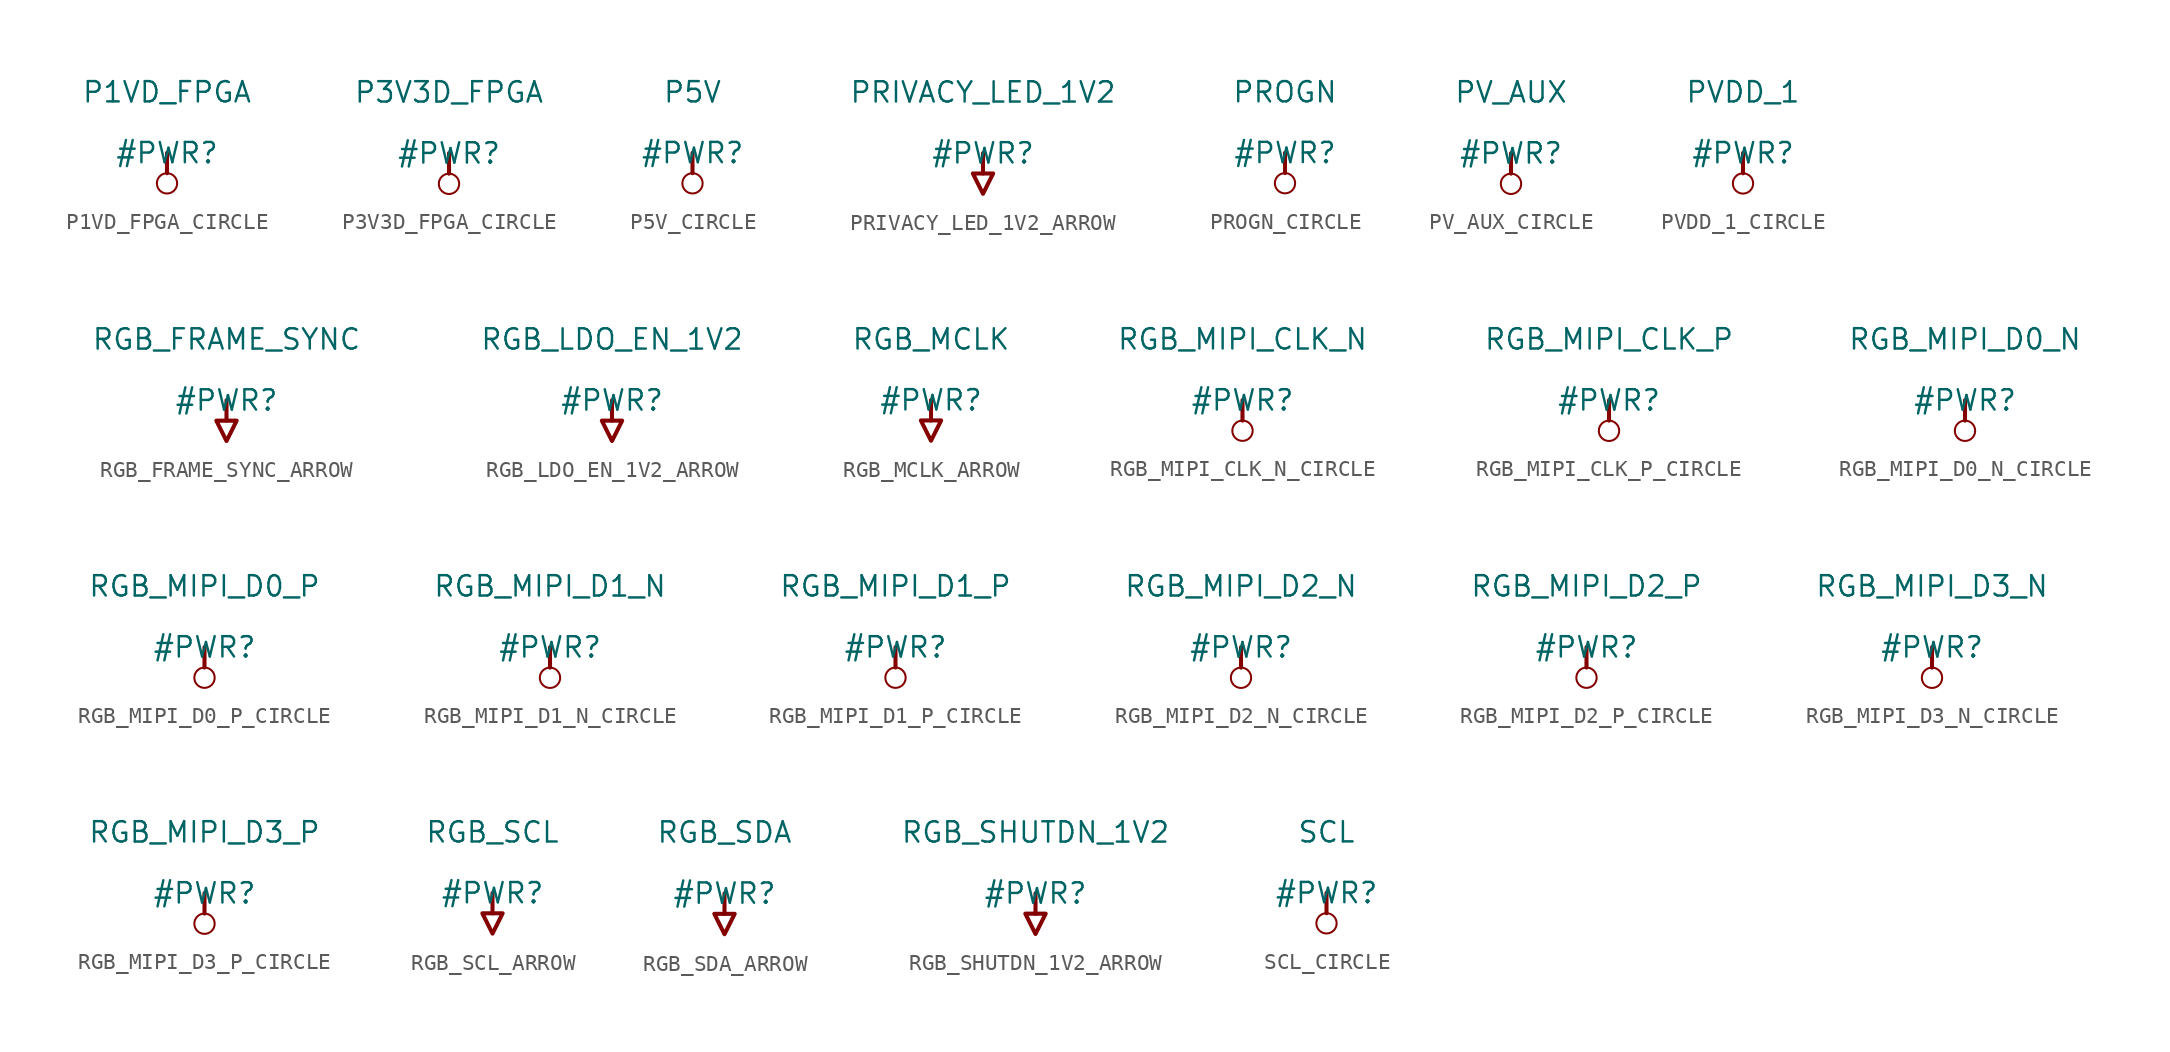
<source format=kicad_sym>
(kicad_symbol_lib
  (version 20231120)
  (generator "kicad_symbol_editor")
  (generator_version "8.0")
  (symbol "P1VD_FPGA_CIRCLE"
    (power)
    (property "Reference" "#PWR"
      (at 0 0 0)
      (effects (font (size 1.27 1.27))))
    (property "Value" "P1VD_FPGA"
      (at 0 3.81 0)
      (effects (font (size 1.27 1.27))))
    (symbol "P1VD_FPGA_CIRCLE_0_0"
      (circle (center 0 -1.905) (radius 0.635) (stroke (width 0.127) (type solid)) (fill (type none)))
      (polyline (pts (xy 0 0) (xy 0 -1.27)) (stroke (width 0.254) (type solid)) (fill (type none)))
      (pin power_in line (at 0 0 0) (length 0) hide (name "P1VD_FPGA" (effects (font (size 1.27 1.27)))) (number "" (effects (font (size 1.27 1.27)))))))
  (symbol "P3V3D_FPGA_CIRCLE"
    (power)
    (property "Reference" "#PWR"
      (at 0 0 0)
      (effects (font (size 1.27 1.27))))
    (property "Value" "P3V3D_FPGA"
      (at 0 3.81 0)
      (effects (font (size 1.27 1.27))))
    (symbol "P3V3D_FPGA_CIRCLE_0_0"
      (circle (center 0 -1.905) (radius 0.635) (stroke (width 0.127) (type solid)) (fill (type none)))
      (polyline (pts (xy 0 0) (xy 0 -1.27)) (stroke (width 0.254) (type solid)) (fill (type none)))
      (pin power_in line (at 0 0 0) (length 0) hide (name "P3V3D_FPGA" (effects (font (size 1.27 1.27)))) (number "" (effects (font (size 1.27 1.27)))))))
  (symbol "P5V_CIRCLE"
    (power)
    (property "Reference" "#PWR"
      (at 0 0 0)
      (effects (font (size 1.27 1.27))))
    (property "Value" "P5V"
      (at 0 3.81 0)
      (effects (font (size 1.27 1.27))))
    (symbol "P5V_CIRCLE_0_0"
      (circle (center 0 -1.905) (radius 0.635) (stroke (width 0.127) (type solid)) (fill (type none)))
      (polyline (pts (xy 0 0) (xy 0 -1.27)) (stroke (width 0.254) (type solid)) (fill (type none)))
      (pin power_in line (at 0 0 0) (length 0) hide (name "P5V" (effects (font (size 1.27 1.27)))) (number "" (effects (font (size 1.27 1.27)))))))
  (symbol "PRIVACY_LED_1V2_ARROW"
    (power)
    (property "Reference" "#PWR"
      (at 0 0 0)
      (effects (font (size 1.27 1.27))))
    (property "Value" "PRIVACY_LED_1V2"
      (at 0 3.81 0)
      (effects (font (size 1.27 1.27))))
    (symbol "PRIVACY_LED_1V2_ARROW_0_0"
      (polyline (pts (xy 0 0) (xy 0 -1.27)) (stroke (width 0.254) (type solid)) (fill (type none)))
      (polyline (pts (xy -0.635 -1.27) (xy 0.635 -1.27) (xy 0 -2.54) (xy -0.635 -1.27)) (stroke (width 0.254) (type solid)) (fill (type none)))
      (pin power_in line (at 0 0 0) (length 0) hide (name "PRIVACY_LED_1V2" (effects (font (size 1.27 1.27)))) (number "" (effects (font (size 1.27 1.27)))))))
  (symbol "PROGN_CIRCLE"
    (power)
    (property "Reference" "#PWR"
      (at 0 0 0)
      (effects (font (size 1.27 1.27))))
    (property "Value" "PROGN"
      (at 0 3.81 0)
      (effects (font (size 1.27 1.27))))
    (symbol "PROGN_CIRCLE_0_0"
      (circle (center 0 -1.905) (radius 0.635) (stroke (width 0.127) (type solid)) (fill (type none)))
      (polyline (pts (xy 0 0) (xy 0 -1.27)) (stroke (width 0.254) (type solid)) (fill (type none)))
      (pin power_in line (at 0 0 0) (length 0) hide (name "PROGN" (effects (font (size 1.27 1.27)))) (number "" (effects (font (size 1.27 1.27)))))))
  (symbol "PV_AUX_CIRCLE"
    (power)
    (property "Reference" "#PWR"
      (at 0 0 0)
      (effects (font (size 1.27 1.27))))
    (property "Value" "PV_AUX"
      (at 0 3.81 0)
      (effects (font (size 1.27 1.27))))
    (symbol "PV_AUX_CIRCLE_0_0"
      (circle (center 0 -1.905) (radius 0.635) (stroke (width 0.127) (type solid)) (fill (type none)))
      (polyline (pts (xy 0 0) (xy 0 -1.27)) (stroke (width 0.254) (type solid)) (fill (type none)))
      (pin power_in line (at 0 0 0) (length 0) hide (name "PV_AUX" (effects (font (size 1.27 1.27)))) (number "" (effects (font (size 1.27 1.27)))))))
  (symbol "PVDD_1_CIRCLE"
    (power)
    (property "Reference" "#PWR"
      (at 0 0 0)
      (effects (font (size 1.27 1.27))))
    (property "Value" "PVDD_1"
      (at 0 3.81 0)
      (effects (font (size 1.27 1.27))))
    (symbol "PVDD_1_CIRCLE_0_0"
      (circle (center 0 -1.905) (radius 0.635) (stroke (width 0.127) (type solid)) (fill (type none)))
      (polyline (pts (xy 0 0) (xy 0 -1.27)) (stroke (width 0.254) (type solid)) (fill (type none)))
      (pin power_in line (at 0 0 0) (length 0) hide (name "PVDD_1" (effects (font (size 1.27 1.27)))) (number "" (effects (font (size 1.27 1.27)))))))
  (symbol "RGB_FRAME_SYNC_ARROW"
    (power)
    (property "Reference" "#PWR"
      (at 0 0 0)
      (effects (font (size 1.27 1.27))))
    (property "Value" "RGB_FRAME_SYNC"
      (at 0 3.81 0)
      (effects (font (size 1.27 1.27))))
    (symbol "RGB_FRAME_SYNC_ARROW_0_0"
      (polyline (pts (xy 0 0) (xy 0 -1.27)) (stroke (width 0.254) (type solid)) (fill (type none)))
      (polyline (pts (xy -0.635 -1.27) (xy 0.635 -1.27) (xy 0 -2.54) (xy -0.635 -1.27)) (stroke (width 0.254) (type solid)) (fill (type none)))
      (pin power_in line (at 0 0 0) (length 0) hide (name "RGB_FRAME_SYNC" (effects (font (size 1.27 1.27)))) (number "" (effects (font (size 1.27 1.27)))))))
  (symbol "RGB_LDO_EN_1V2_ARROW"
    (power)
    (property "Reference" "#PWR"
      (at 0 0 0)
      (effects (font (size 1.27 1.27))))
    (property "Value" "RGB_LDO_EN_1V2"
      (at 0 3.81 0)
      (effects (font (size 1.27 1.27))))
    (symbol "RGB_LDO_EN_1V2_ARROW_0_0"
      (polyline (pts (xy 0 0) (xy 0 -1.27)) (stroke (width 0.254) (type solid)) (fill (type none)))
      (polyline (pts (xy -0.635 -1.27) (xy 0.635 -1.27) (xy 0 -2.54) (xy -0.635 -1.27)) (stroke (width 0.254) (type solid)) (fill (type none)))
      (pin power_in line (at 0 0 0) (length 0) hide (name "RGB_LDO_EN_1V2" (effects (font (size 1.27 1.27)))) (number "" (effects (font (size 1.27 1.27)))))))
  (symbol "RGB_MCLK_ARROW"
    (power)
    (property "Reference" "#PWR"
      (at 0 0 0)
      (effects (font (size 1.27 1.27))))
    (property "Value" "RGB_MCLK"
      (at 0 3.81 0)
      (effects (font (size 1.27 1.27))))
    (symbol "RGB_MCLK_ARROW_0_0"
      (polyline (pts (xy 0 0) (xy 0 -1.27)) (stroke (width 0.254) (type solid)) (fill (type none)))
      (polyline (pts (xy -0.635 -1.27) (xy 0.635 -1.27) (xy 0 -2.54) (xy -0.635 -1.27)) (stroke (width 0.254) (type solid)) (fill (type none)))
      (pin power_in line (at 0 0 0) (length 0) hide (name "RGB_MCLK" (effects (font (size 1.27 1.27)))) (number "" (effects (font (size 1.27 1.27)))))))
  (symbol "RGB_MIPI_CLK_N_CIRCLE"
    (power)
    (property "Reference" "#PWR"
      (at 0 0 0)
      (effects (font (size 1.27 1.27))))
    (property "Value" "RGB_MIPI_CLK_N"
      (at 0 3.81 0)
      (effects (font (size 1.27 1.27))))
    (symbol "RGB_MIPI_CLK_N_CIRCLE_0_0"
      (circle (center 0 -1.905) (radius 0.635) (stroke (width 0.127) (type solid)) (fill (type none)))
      (polyline (pts (xy 0 0) (xy 0 -1.27)) (stroke (width 0.254) (type solid)) (fill (type none)))
      (pin power_in line (at 0 0 0) (length 0) hide (name "RGB_MIPI_CLK_N" (effects (font (size 1.27 1.27)))) (number "" (effects (font (size 1.27 1.27)))))))
  (symbol "RGB_MIPI_CLK_P_CIRCLE"
    (power)
    (property "Reference" "#PWR"
      (at 0 0 0)
      (effects (font (size 1.27 1.27))))
    (property "Value" "RGB_MIPI_CLK_P"
      (at 0 3.81 0)
      (effects (font (size 1.27 1.27))))
    (symbol "RGB_MIPI_CLK_P_CIRCLE_0_0"
      (circle (center 0 -1.905) (radius 0.635) (stroke (width 0.127) (type solid)) (fill (type none)))
      (polyline (pts (xy 0 0) (xy 0 -1.27)) (stroke (width 0.254) (type solid)) (fill (type none)))
      (pin power_in line (at 0 0 0) (length 0) hide (name "RGB_MIPI_CLK_P" (effects (font (size 1.27 1.27)))) (number "" (effects (font (size 1.27 1.27)))))))
  (symbol "RGB_MIPI_D0_N_CIRCLE"
    (power)
    (property "Reference" "#PWR"
      (at 0 0 0)
      (effects (font (size 1.27 1.27))))
    (property "Value" "RGB_MIPI_D0_N"
      (at 0 3.81 0)
      (effects (font (size 1.27 1.27))))
    (symbol "RGB_MIPI_D0_N_CIRCLE_0_0"
      (circle (center 0 -1.905) (radius 0.635) (stroke (width 0.127) (type solid)) (fill (type none)))
      (polyline (pts (xy 0 0) (xy 0 -1.27)) (stroke (width 0.254) (type solid)) (fill (type none)))
      (pin power_in line (at 0 0 0) (length 0) hide (name "RGB_MIPI_D0_N" (effects (font (size 1.27 1.27)))) (number "" (effects (font (size 1.27 1.27)))))))
  (symbol "RGB_MIPI_D0_P_CIRCLE"
    (power)
    (property "Reference" "#PWR"
      (at 0 0 0)
      (effects (font (size 1.27 1.27))))
    (property "Value" "RGB_MIPI_D0_P"
      (at 0 3.81 0)
      (effects (font (size 1.27 1.27))))
    (symbol "RGB_MIPI_D0_P_CIRCLE_0_0"
      (circle (center 0 -1.905) (radius 0.635) (stroke (width 0.127) (type solid)) (fill (type none)))
      (polyline (pts (xy 0 0) (xy 0 -1.27)) (stroke (width 0.254) (type solid)) (fill (type none)))
      (pin power_in line (at 0 0 0) (length 0) hide (name "RGB_MIPI_D0_P" (effects (font (size 1.27 1.27)))) (number "" (effects (font (size 1.27 1.27)))))))
  (symbol "RGB_MIPI_D1_N_CIRCLE"
    (power)
    (property "Reference" "#PWR"
      (at 0 0 0)
      (effects (font (size 1.27 1.27))))
    (property "Value" "RGB_MIPI_D1_N"
      (at 0 3.81 0)
      (effects (font (size 1.27 1.27))))
    (symbol "RGB_MIPI_D1_N_CIRCLE_0_0"
      (circle (center 0 -1.905) (radius 0.635) (stroke (width 0.127) (type solid)) (fill (type none)))
      (polyline (pts (xy 0 0) (xy 0 -1.27)) (stroke (width 0.254) (type solid)) (fill (type none)))
      (pin power_in line (at 0 0 0) (length 0) hide (name "RGB_MIPI_D1_N" (effects (font (size 1.27 1.27)))) (number "" (effects (font (size 1.27 1.27)))))))
  (symbol "RGB_MIPI_D1_P_CIRCLE"
    (power)
    (property "Reference" "#PWR"
      (at 0 0 0)
      (effects (font (size 1.27 1.27))))
    (property "Value" "RGB_MIPI_D1_P"
      (at 0 3.81 0)
      (effects (font (size 1.27 1.27))))
    (symbol "RGB_MIPI_D1_P_CIRCLE_0_0"
      (circle (center 0 -1.905) (radius 0.635) (stroke (width 0.127) (type solid)) (fill (type none)))
      (polyline (pts (xy 0 0) (xy 0 -1.27)) (stroke (width 0.254) (type solid)) (fill (type none)))
      (pin power_in line (at 0 0 0) (length 0) hide (name "RGB_MIPI_D1_P" (effects (font (size 1.27 1.27)))) (number "" (effects (font (size 1.27 1.27)))))))
  (symbol "RGB_MIPI_D2_N_CIRCLE"
    (power)
    (property "Reference" "#PWR"
      (at 0 0 0)
      (effects (font (size 1.27 1.27))))
    (property "Value" "RGB_MIPI_D2_N"
      (at 0 3.81 0)
      (effects (font (size 1.27 1.27))))
    (symbol "RGB_MIPI_D2_N_CIRCLE_0_0"
      (circle (center 0 -1.905) (radius 0.635) (stroke (width 0.127) (type solid)) (fill (type none)))
      (polyline (pts (xy 0 0) (xy 0 -1.27)) (stroke (width 0.254) (type solid)) (fill (type none)))
      (pin power_in line (at 0 0 0) (length 0) hide (name "RGB_MIPI_D2_N" (effects (font (size 1.27 1.27)))) (number "" (effects (font (size 1.27 1.27)))))))
  (symbol "RGB_MIPI_D2_P_CIRCLE"
    (power)
    (property "Reference" "#PWR"
      (at 0 0 0)
      (effects (font (size 1.27 1.27))))
    (property "Value" "RGB_MIPI_D2_P"
      (at 0 3.81 0)
      (effects (font (size 1.27 1.27))))
    (symbol "RGB_MIPI_D2_P_CIRCLE_0_0"
      (circle (center 0 -1.905) (radius 0.635) (stroke (width 0.127) (type solid)) (fill (type none)))
      (polyline (pts (xy 0 0) (xy 0 -1.27)) (stroke (width 0.254) (type solid)) (fill (type none)))
      (pin power_in line (at 0 0 0) (length 0) hide (name "RGB_MIPI_D2_P" (effects (font (size 1.27 1.27)))) (number "" (effects (font (size 1.27 1.27)))))))
  (symbol "RGB_MIPI_D3_N_CIRCLE"
    (power)
    (property "Reference" "#PWR"
      (at 0 0 0)
      (effects (font (size 1.27 1.27))))
    (property "Value" "RGB_MIPI_D3_N"
      (at 0 3.81 0)
      (effects (font (size 1.27 1.27))))
    (symbol "RGB_MIPI_D3_N_CIRCLE_0_0"
      (circle (center 0 -1.905) (radius 0.635) (stroke (width 0.127) (type solid)) (fill (type none)))
      (polyline (pts (xy 0 0) (xy 0 -1.27)) (stroke (width 0.254) (type solid)) (fill (type none)))
      (pin power_in line (at 0 0 0) (length 0) hide (name "RGB_MIPI_D3_N" (effects (font (size 1.27 1.27)))) (number "" (effects (font (size 1.27 1.27)))))))
  (symbol "RGB_MIPI_D3_P_CIRCLE"
    (power)
    (property "Reference" "#PWR"
      (at 0 0 0)
      (effects (font (size 1.27 1.27))))
    (property "Value" "RGB_MIPI_D3_P"
      (at 0 3.81 0)
      (effects (font (size 1.27 1.27))))
    (symbol "RGB_MIPI_D3_P_CIRCLE_0_0"
      (circle (center 0 -1.905) (radius 0.635) (stroke (width 0.127) (type solid)) (fill (type none)))
      (polyline (pts (xy 0 0) (xy 0 -1.27)) (stroke (width 0.254) (type solid)) (fill (type none)))
      (pin power_in line (at 0 0 0) (length 0) hide (name "RGB_MIPI_D3_P" (effects (font (size 1.27 1.27)))) (number "" (effects (font (size 1.27 1.27)))))))
  (symbol "RGB_SCL_ARROW"
    (power)
    (property "Reference" "#PWR"
      (at 0 0 0)
      (effects (font (size 1.27 1.27))))
    (property "Value" "RGB_SCL"
      (at 0 3.81 0)
      (effects (font (size 1.27 1.27))))
    (symbol "RGB_SCL_ARROW_0_0"
      (polyline (pts (xy 0 0) (xy 0 -1.27)) (stroke (width 0.254) (type solid)) (fill (type none)))
      (polyline (pts (xy -0.635 -1.27) (xy 0.635 -1.27) (xy 0 -2.54) (xy -0.635 -1.27)) (stroke (width 0.254) (type solid)) (fill (type none)))
      (pin power_in line (at 0 0 0) (length 0) hide (name "RGB_SCL" (effects (font (size 1.27 1.27)))) (number "" (effects (font (size 1.27 1.27)))))))
  (symbol "RGB_SDA_ARROW"
    (power)
    (property "Reference" "#PWR"
      (at 0 0 0)
      (effects (font (size 1.27 1.27))))
    (property "Value" "RGB_SDA"
      (at 0 3.81 0)
      (effects (font (size 1.27 1.27))))
    (symbol "RGB_SDA_ARROW_0_0"
      (polyline (pts (xy 0 0) (xy 0 -1.27)) (stroke (width 0.254) (type solid)) (fill (type none)))
      (polyline (pts (xy -0.635 -1.27) (xy 0.635 -1.27) (xy 0 -2.54) (xy -0.635 -1.27)) (stroke (width 0.254) (type solid)) (fill (type none)))
      (pin power_in line (at 0 0 0) (length 0) hide (name "RGB_SDA" (effects (font (size 1.27 1.27)))) (number "" (effects (font (size 1.27 1.27)))))))
  (symbol "RGB_SHUTDN_1V2_ARROW"
    (power)
    (property "Reference" "#PWR"
      (at 0 0 0)
      (effects (font (size 1.27 1.27))))
    (property "Value" "RGB_SHUTDN_1V2"
      (at 0 3.81 0)
      (effects (font (size 1.27 1.27))))
    (symbol "RGB_SHUTDN_1V2_ARROW_0_0"
      (polyline (pts (xy 0 0) (xy 0 -1.27)) (stroke (width 0.254) (type solid)) (fill (type none)))
      (polyline (pts (xy -0.635 -1.27) (xy 0.635 -1.27) (xy 0 -2.54) (xy -0.635 -1.27)) (stroke (width 0.254) (type solid)) (fill (type none)))
      (pin power_in line (at 0 0 0) (length 0) hide (name "RGB_SHUTDN_1V2" (effects (font (size 1.27 1.27)))) (number "" (effects (font (size 1.27 1.27)))))))
  (symbol "SCL_CIRCLE"
    (power)
    (property "Reference" "#PWR"
      (at 0 0 0)
      (effects (font (size 1.27 1.27))))
    (property "Value" "SCL"
      (at 0 3.81 0)
      (effects (font (size 1.27 1.27))))
    (symbol "SCL_CIRCLE_0_0"
      (circle (center 0 -1.905) (radius 0.635) (stroke (width 0.127) (type solid)) (fill (type none)))
      (polyline (pts (xy 0 0) (xy 0 -1.27)) (stroke (width 0.254) (type solid)) (fill (type none)))
      (pin power_in line (at 0 0 0) (length 0) hide (name "SCL" (effects (font (size 1.27 1.27)))) (number "" (effects (font (size 1.27 1.27))))))))
</source>
